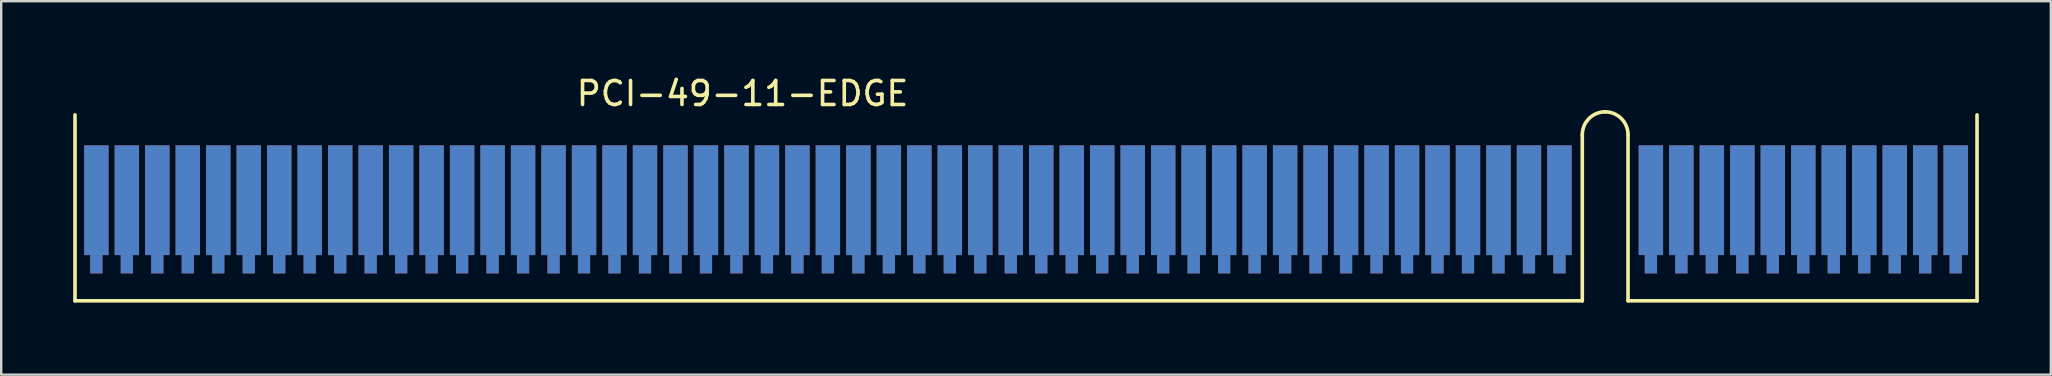
<source format=kicad_pcb>
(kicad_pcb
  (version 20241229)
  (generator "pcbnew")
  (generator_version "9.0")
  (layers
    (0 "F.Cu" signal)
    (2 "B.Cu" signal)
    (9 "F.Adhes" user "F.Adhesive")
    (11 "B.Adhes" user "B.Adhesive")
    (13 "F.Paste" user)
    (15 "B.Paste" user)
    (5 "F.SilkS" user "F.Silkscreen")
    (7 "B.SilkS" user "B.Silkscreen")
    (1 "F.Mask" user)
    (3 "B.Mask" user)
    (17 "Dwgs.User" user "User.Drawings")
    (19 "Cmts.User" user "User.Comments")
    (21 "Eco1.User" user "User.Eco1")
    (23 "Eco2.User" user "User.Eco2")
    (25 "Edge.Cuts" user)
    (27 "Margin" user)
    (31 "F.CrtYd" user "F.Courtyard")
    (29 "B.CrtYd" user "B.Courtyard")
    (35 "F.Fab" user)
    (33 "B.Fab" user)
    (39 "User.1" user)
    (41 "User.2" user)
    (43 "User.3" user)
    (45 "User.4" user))
  (footprint "PCI-49-11-EDGE"
    (layer "F.Cu")
    (at 63.829 5.547)
    (property "Reference" "PCI-49-11-EDGE" (at -35.941 -4.699 0) (layer "F.SilkS") (effects (font (size 1 1) (thickness 0.15))))
    (attr through_hole)
    (fp_line (start -63.754 3.937) (end -63.754 -3.81) (stroke (width 0.15) (type solid)) (layer "F.SilkS"))
    (fp_line (start -0.953 3.937) (end -63.754 3.937) (stroke (width 0.15) (type solid)) (layer "F.SilkS"))
    (fp_line (start -0.953 3.937) (end -0.953 -2.985) (stroke (width 0.15) (type solid)) (layer "F.SilkS"))
    (fp_line (start 0.953 -2.985) (end 0.953 3.937) (stroke (width 0.15) (type solid)) (layer "F.SilkS"))
    (fp_line (start 0.953 3.937) (end 15.494 3.937) (stroke (width 0.15) (type solid)) (layer "F.SilkS"))
    (fp_line (start 15.494 3.937) (end 15.494 -3.81) (stroke (width 0.15) (type solid)) (layer "F.SilkS"))
    (fp_arc (start -0.9525 -2.9845) (mid -0.673519 -3.658019) (end 0 -3.937) (stroke (width 0.15) (type solid)) (layer "F.SilkS"))
    (fp_arc (start 0 -3.937) (mid 0.673519 -3.658019) (end 0.9525 -2.9845) (stroke (width 0.15) (type solid)) (layer "F.SilkS"))
    (pad "A1" connect rect (at -62.865 -0.254) (size 1.016 4.572) (layers "B.Cu" "B.Mask"))
    (pad "A1" connect rect (at -62.865 2.413) (size 0.508 0.762) (layers "B.Cu" "B.Mask"))
    (pad "A2" connect rect (at -61.595 -0.254) (size 1.016 4.572) (layers "B.Cu" "B.Mask"))
    (pad "A2" connect rect (at -61.595 2.413) (size 0.508 0.762) (layers "B.Cu" "B.Mask"))
    (pad "A3" connect rect (at -60.325 -0.254) (size 1.016 4.572) (layers "B.Cu" "B.Mask"))
    (pad "A3" connect rect (at -60.325 2.413) (size 0.508 0.762) (layers "B.Cu" "B.Mask"))
    (pad "A4" connect rect (at -59.055 -0.254) (size 1.016 4.572) (layers "B.Cu" "B.Mask"))
    (pad "A4" connect rect (at -59.055 2.413) (size 0.508 0.762) (layers "B.Cu" "B.Mask"))
    (pad "A5" connect rect (at -57.785 -0.254) (size 1.016 4.572) (layers "B.Cu" "B.Mask"))
    (pad "A5" connect rect (at -57.785 2.413) (size 0.508 0.762) (layers "B.Cu" "B.Mask"))
    (pad "A6" connect rect (at -56.515 -0.254) (size 1.016 4.572) (layers "B.Cu" "B.Mask"))
    (pad "A6" connect rect (at -56.515 2.413) (size 0.508 0.762) (layers "B.Cu" "B.Mask"))
    (pad "A7" connect rect (at -55.245 -0.254) (size 1.016 4.572) (layers "B.Cu" "B.Mask"))
    (pad "A7" connect rect (at -55.245 2.413) (size 0.508 0.762) (layers "B.Cu" "B.Mask"))
    (pad "A8" connect rect (at -53.975 -0.254) (size 1.016 4.572) (layers "B.Cu" "B.Mask"))
    (pad "A8" connect rect (at -53.975 2.413) (size 0.508 0.762) (layers "B.Cu" "B.Mask"))
    (pad "A9" connect rect (at -52.705 -0.254) (size 1.016 4.572) (layers "B.Cu" "B.Mask"))
    (pad "A9" connect rect (at -52.705 2.413) (size 0.508 0.762) (layers "B.Cu" "B.Mask"))
    (pad "A10" connect rect (at -51.435 -0.254) (size 1.016 4.572) (layers "B.Cu" "B.Mask"))
    (pad "A10" connect rect (at -51.435 2.413) (size 0.508 0.762) (layers "B.Cu" "B.Mask"))
    (pad "A11" connect rect (at -50.165 -0.254) (size 1.016 4.572) (layers "B.Cu" "B.Mask"))
    (pad "A11" connect rect (at -50.165 2.413) (size 0.508 0.762) (layers "B.Cu" "B.Mask"))
    (pad "A12" connect rect (at -48.895 -0.254) (size 1.016 4.572) (layers "B.Cu" "B.Mask"))
    (pad "A12" connect rect (at -48.895 2.413) (size 0.508 0.762) (layers "B.Cu" "B.Mask"))
    (pad "A13" connect rect (at -47.625 -0.254) (size 1.016 4.572) (layers "B.Cu" "B.Mask"))
    (pad "A13" connect rect (at -47.625 2.413) (size 0.508 0.762) (layers "B.Cu" "B.Mask"))
    (pad "A14" connect rect (at -46.355 -0.254) (size 1.016 4.572) (layers "B.Cu" "B.Mask"))
    (pad "A14" connect rect (at -46.355 2.413) (size 0.508 0.762) (layers "B.Cu" "B.Mask"))
    (pad "A15" connect rect (at -45.085 -0.254) (size 1.016 4.572) (layers "B.Cu" "B.Mask"))
    (pad "A15" connect rect (at -45.085 2.413) (size 0.508 0.762) (layers "B.Cu" "B.Mask"))
    (pad "A16" connect rect (at -43.815 -0.254) (size 1.016 4.572) (layers "B.Cu" "B.Mask"))
    (pad "A16" connect rect (at -43.815 2.413) (size 0.508 0.762) (layers "B.Cu" "B.Mask"))
    (pad "A17" connect rect (at -42.545 -0.254) (size 1.016 4.572) (layers "B.Cu" "B.Mask"))
    (pad "A17" connect rect (at -42.545 2.413) (size 0.508 0.762) (layers "B.Cu" "B.Mask"))
    (pad "A18" connect rect (at -41.275 -0.254) (size 1.016 4.572) (layers "B.Cu" "B.Mask"))
    (pad "A18" connect rect (at -41.275 2.413) (size 0.508 0.762) (layers "B.Cu" "B.Mask"))
    (pad "A19" connect rect (at -40.005 -0.254) (size 1.016 4.572) (layers "B.Cu" "B.Mask"))
    (pad "A19" connect rect (at -40.005 2.413) (size 0.508 0.762) (layers "B.Cu" "B.Mask"))
    (pad "A20" connect rect (at -38.735 -0.254) (size 1.016 4.572) (layers "B.Cu" "B.Mask"))
    (pad "A20" connect rect (at -38.735 2.413) (size 0.508 0.762) (layers "B.Cu" "B.Mask"))
    (pad "A21" connect rect (at -37.465 -0.254) (size 1.016 4.572) (layers "B.Cu" "B.Mask"))
    (pad "A21" connect rect (at -37.465 2.413) (size 0.508 0.762) (layers "B.Cu" "B.Mask"))
    (pad "A22" connect rect (at -36.195 -0.254) (size 1.016 4.572) (layers "B.Cu" "B.Mask"))
    (pad "A22" connect rect (at -36.195 2.413) (size 0.508 0.762) (layers "B.Cu" "B.Mask"))
    (pad "A23" connect rect (at -34.925 -0.254) (size 1.016 4.572) (layers "B.Cu" "B.Mask"))
    (pad "A23" connect rect (at -34.925 2.413) (size 0.508 0.762) (layers "B.Cu" "B.Mask"))
    (pad "A24" connect rect (at -33.655 -0.254) (size 1.016 4.572) (layers "B.Cu" "B.Mask"))
    (pad "A24" connect rect (at -33.655 2.413) (size 0.508 0.762) (layers "B.Cu" "B.Mask"))
    (pad "A25" connect rect (at -32.385 -0.254) (size 1.016 4.572) (layers "B.Cu" "B.Mask"))
    (pad "A25" connect rect (at -32.385 2.413) (size 0.508 0.762) (layers "B.Cu" "B.Mask"))
    (pad "A26" connect rect (at -31.115 -0.254) (size 1.016 4.572) (layers "B.Cu" "B.Mask"))
    (pad "A26" connect rect (at -31.115 2.413) (size 0.508 0.762) (layers "B.Cu" "B.Mask"))
    (pad "A27" connect rect (at -29.845 -0.254) (size 1.016 4.572) (layers "B.Cu" "B.Mask"))
    (pad "A27" connect rect (at -29.845 2.413) (size 0.508 0.762) (layers "B.Cu" "B.Mask"))
    (pad "A28" connect rect (at -28.575 -0.254) (size 1.016 4.572) (layers "B.Cu" "B.Mask"))
    (pad "A28" connect rect (at -28.575 2.413) (size 0.508 0.762) (layers "B.Cu" "B.Mask"))
    (pad "A29" connect rect (at -27.305 -0.254) (size 1.016 4.572) (layers "B.Cu" "B.Mask"))
    (pad "A29" connect rect (at -27.305 2.413) (size 0.508 0.762) (layers "B.Cu" "B.Mask"))
    (pad "A30" connect rect (at -26.035 -0.254) (size 1.016 4.572) (layers "B.Cu" "B.Mask"))
    (pad "A30" connect rect (at -26.035 2.413) (size 0.508 0.762) (layers "B.Cu" "B.Mask"))
    (pad "A31" connect rect (at -24.765 -0.254) (size 1.016 4.572) (layers "B.Cu" "B.Mask"))
    (pad "A31" connect rect (at -24.765 2.413) (size 0.508 0.762) (layers "B.Cu" "B.Mask"))
    (pad "A32" connect rect (at -23.495 -0.254) (size 1.016 4.572) (layers "B.Cu" "B.Mask"))
    (pad "A32" connect rect (at -23.495 2.413) (size 0.508 0.762) (layers "B.Cu" "B.Mask"))
    (pad "A33" connect rect (at -22.225 -0.254) (size 1.016 4.572) (layers "B.Cu" "B.Mask"))
    (pad "A33" connect rect (at -22.225 2.413) (size 0.508 0.762) (layers "B.Cu" "B.Mask"))
    (pad "A34" connect rect (at -20.955 -0.254) (size 1.016 4.572) (layers "B.Cu" "B.Mask"))
    (pad "A34" connect rect (at -20.955 2.413) (size 0.508 0.762) (layers "B.Cu" "B.Mask"))
    (pad "A35" connect rect (at -19.685 -0.254) (size 1.016 4.572) (layers "B.Cu" "B.Mask"))
    (pad "A35" connect rect (at -19.685 2.413) (size 0.508 0.762) (layers "B.Cu" "B.Mask"))
    (pad "A36" connect rect (at -18.415 -0.254) (size 1.016 4.572) (layers "B.Cu" "B.Mask"))
    (pad "A36" connect rect (at -18.415 2.413) (size 0.508 0.762) (layers "B.Cu" "B.Mask"))
    (pad "A37" connect rect (at -17.145 -0.254) (size 1.016 4.572) (layers "B.Cu" "B.Mask"))
    (pad "A37" connect rect (at -17.145 2.413) (size 0.508 0.762) (layers "B.Cu" "B.Mask"))
    (pad "A38" connect rect (at -15.875 -0.254) (size 1.016 4.572) (layers "B.Cu" "B.Mask"))
    (pad "A38" connect rect (at -15.875 2.413) (size 0.508 0.762) (layers "B.Cu" "B.Mask"))
    (pad "A39" connect rect (at -14.605 -0.254) (size 1.016 4.572) (layers "B.Cu" "B.Mask"))
    (pad "A39" connect rect (at -14.605 2.413) (size 0.508 0.762) (layers "B.Cu" "B.Mask"))
    (pad "A40" connect rect (at -13.335 -0.254) (size 1.016 4.572) (layers "B.Cu" "B.Mask"))
    (pad "A40" connect rect (at -13.335 2.413) (size 0.508 0.762) (layers "B.Cu" "B.Mask"))
    (pad "A41" connect rect (at -12.065 -0.254) (size 1.016 4.572) (layers "B.Cu" "B.Mask"))
    (pad "A41" connect rect (at -12.065 2.413) (size 0.508 0.762) (layers "B.Cu" "B.Mask"))
    (pad "A42" connect rect (at -10.795 -0.254) (size 1.016 4.572) (layers "B.Cu" "B.Mask"))
    (pad "A42" connect rect (at -10.795 2.413) (size 0.508 0.762) (layers "B.Cu" "B.Mask"))
    (pad "A43" connect rect (at -9.525 -0.254) (size 1.016 4.572) (layers "B.Cu" "B.Mask"))
    (pad "A43" connect rect (at -9.525 2.413) (size 0.508 0.762) (layers "B.Cu" "B.Mask"))
    (pad "A44" connect rect (at -8.255 -0.254) (size 1.016 4.572) (layers "B.Cu" "B.Mask"))
    (pad "A44" connect rect (at -8.255 2.413) (size 0.508 0.762) (layers "B.Cu" "B.Mask"))
    (pad "A45" connect rect (at -6.985 -0.254) (size 1.016 4.572) (layers "B.Cu" "B.Mask"))
    (pad "A45" connect rect (at -6.985 2.413) (size 0.508 0.762) (layers "B.Cu" "B.Mask"))
    (pad "A46" connect rect (at -5.715 -0.254) (size 1.016 4.572) (layers "B.Cu" "B.Mask"))
    (pad "A46" connect rect (at -5.715 2.413) (size 0.508 0.762) (layers "B.Cu" "B.Mask"))
    (pad "A47" connect rect (at -4.445 -0.254) (size 1.016 4.572) (layers "B.Cu" "B.Mask"))
    (pad "A47" connect rect (at -4.445 2.413) (size 0.508 0.762) (layers "B.Cu" "B.Mask"))
    (pad "A48" connect rect (at -3.175 -0.254) (size 1.016 4.572) (layers "B.Cu" "B.Mask"))
    (pad "A48" connect rect (at -3.175 2.413) (size 0.508 0.762) (layers "B.Cu" "B.Mask"))
    (pad "A49" connect rect (at -1.905 -0.254) (size 1.016 4.572) (layers "B.Cu" "B.Mask"))
    (pad "A49" connect rect (at -1.905 2.413) (size 0.508 0.762) (layers "B.Cu" "B.Mask"))
    (pad "A50" connect rect (at 1.905 -0.254) (size 1.016 4.572) (layers "B.Cu" "B.Mask"))
    (pad "A50" connect rect (at 1.905 2.413) (size 0.508 0.762) (layers "B.Cu" "B.Mask"))
    (pad "A51" connect rect (at 3.175 -0.254) (size 1.016 4.572) (layers "B.Cu" "B.Mask"))
    (pad "A51" connect rect (at 3.175 2.413) (size 0.508 0.762) (layers "B.Cu" "B.Mask"))
    (pad "A52" connect rect (at 4.445 -0.254) (size 1.016 4.572) (layers "B.Cu" "B.Mask"))
    (pad "A52" connect rect (at 4.445 2.413) (size 0.508 0.762) (layers "B.Cu" "B.Mask"))
    (pad "A53" connect rect (at 5.715 -0.254) (size 1.016 4.572) (layers "B.Cu" "B.Mask"))
    (pad "A53" connect rect (at 5.715 2.413) (size 0.508 0.762) (layers "B.Cu" "B.Mask"))
    (pad "A54" connect rect (at 6.985 -0.254) (size 1.016 4.572) (layers "B.Cu" "B.Mask"))
    (pad "A54" connect rect (at 6.985 2.413) (size 0.508 0.762) (layers "B.Cu" "B.Mask"))
    (pad "A55" connect rect (at 8.255 -0.254) (size 1.016 4.572) (layers "B.Cu" "B.Mask"))
    (pad "A55" connect rect (at 8.255 2.413) (size 0.508 0.762) (layers "B.Cu" "B.Mask"))
    (pad "A56" connect rect (at 9.525 -0.254) (size 1.016 4.572) (layers "B.Cu" "B.Mask"))
    (pad "A56" connect rect (at 9.525 2.413) (size 0.508 0.762) (layers "B.Cu" "B.Mask"))
    (pad "A57" connect rect (at 10.795 -0.254) (size 1.016 4.572) (layers "B.Cu" "B.Mask"))
    (pad "A57" connect rect (at 10.795 2.413) (size 0.508 0.762) (layers "B.Cu" "B.Mask"))
    (pad "A58" connect rect (at 12.065 -0.254) (size 1.016 4.572) (layers "B.Cu" "B.Mask"))
    (pad "A58" connect rect (at 12.065 2.413) (size 0.508 0.762) (layers "B.Cu" "B.Mask"))
    (pad "A59" connect rect (at 13.335 -0.254) (size 1.016 4.572) (layers "B.Cu" "B.Mask"))
    (pad "A59" connect rect (at 13.335 2.413) (size 0.508 0.762) (layers "B.Cu" "B.Mask"))
    (pad "A60" connect rect (at 14.605 -0.254) (size 1.016 4.572) (layers "B.Cu" "B.Mask"))
    (pad "A60" connect rect (at 14.605 2.413) (size 0.508 0.762) (layers "B.Cu" "B.Mask"))
    (pad "B1" connect rect (at -62.865 -0.254) (size 1.016 4.572) (layers "F.Cu" "F.Mask"))
    (pad "B1" connect rect (at -62.865 2.413) (size 0.508 0.762) (layers "F.Cu" "F.Mask"))
    (pad "B2" connect rect (at -61.595 -0.254) (size 1.016 4.572) (layers "F.Cu" "F.Mask"))
    (pad "B2" connect rect (at -61.595 2.413) (size 0.508 0.762) (layers "F.Cu" "F.Mask"))
    (pad "B3" connect rect (at -60.325 -0.254) (size 1.016 4.572) (layers "F.Cu" "F.Mask"))
    (pad "B3" connect rect (at -60.325 2.413) (size 0.508 0.762) (layers "F.Cu" "F.Mask"))
    (pad "B4" connect rect (at -59.055 -0.254) (size 1.016 4.572) (layers "F.Cu" "F.Mask"))
    (pad "B4" connect rect (at -59.055 2.413) (size 0.508 0.762) (layers "F.Cu" "F.Mask"))
    (pad "B5" connect rect (at -57.785 -0.254) (size 1.016 4.572) (layers "F.Cu" "F.Mask"))
    (pad "B5" connect rect (at -57.785 2.413) (size 0.508 0.762) (layers "F.Cu" "F.Mask"))
    (pad "B6" connect rect (at -56.515 -0.254) (size 1.016 4.572) (layers "F.Cu" "F.Mask"))
    (pad "B6" connect rect (at -56.515 2.413) (size 0.508 0.762) (layers "F.Cu" "F.Mask"))
    (pad "B7" connect rect (at -55.245 -0.254) (size 1.016 4.572) (layers "F.Cu" "F.Mask"))
    (pad "B7" connect rect (at -55.245 2.413) (size 0.508 0.762) (layers "F.Cu" "F.Mask"))
    (pad "B8" connect rect (at -53.975 -0.254) (size 1.016 4.572) (layers "F.Cu" "F.Mask"))
    (pad "B8" connect rect (at -53.975 2.413) (size 0.508 0.762) (layers "F.Cu" "F.Mask"))
    (pad "B9" connect rect (at -52.705 -0.254) (size 1.016 4.572) (layers "F.Cu" "F.Mask"))
    (pad "B9" connect rect (at -52.705 2.413) (size 0.508 0.762) (layers "F.Cu" "F.Mask"))
    (pad "B10" connect rect (at -51.435 -0.254) (size 1.016 4.572) (layers "F.Cu" "F.Mask"))
    (pad "B10" connect rect (at -51.435 2.413) (size 0.508 0.762) (layers "F.Cu" "F.Mask"))
    (pad "B11" connect rect (at -50.165 -0.254) (size 1.016 4.572) (layers "F.Cu" "F.Mask"))
    (pad "B11" connect rect (at -50.165 2.413) (size 0.508 0.762) (layers "F.Cu" "F.Mask"))
    (pad "B12" connect rect (at -48.895 -0.254) (size 1.016 4.572) (layers "F.Cu" "F.Mask"))
    (pad "B12" connect rect (at -48.895 2.413) (size 0.508 0.762) (layers "F.Cu" "F.Mask"))
    (pad "B13" connect rect (at -47.625 -0.254) (size 1.016 4.572) (layers "F.Cu" "F.Mask"))
    (pad "B13" connect rect (at -47.625 2.413) (size 0.508 0.762) (layers "F.Cu" "F.Mask"))
    (pad "B14" connect rect (at -46.355 -0.254) (size 1.016 4.572) (layers "F.Cu" "F.Mask"))
    (pad "B14" connect rect (at -46.355 2.413) (size 0.508 0.762) (layers "F.Cu" "F.Mask"))
    (pad "B15" connect rect (at -45.085 -0.254) (size 1.016 4.572) (layers "F.Cu" "F.Mask"))
    (pad "B15" connect rect (at -45.085 2.413) (size 0.508 0.762) (layers "F.Cu" "F.Mask"))
    (pad "B16" connect rect (at -43.815 -0.254) (size 1.016 4.572) (layers "F.Cu" "F.Mask"))
    (pad "B16" connect rect (at -43.815 2.413) (size 0.508 0.762) (layers "F.Cu" "F.Mask"))
    (pad "B17" connect rect (at -42.545 -0.254) (size 1.016 4.572) (layers "F.Cu" "F.Mask"))
    (pad "B17" connect rect (at -42.545 2.413) (size 0.508 0.762) (layers "F.Cu" "F.Mask"))
    (pad "B18" connect rect (at -41.275 -0.254) (size 1.016 4.572) (layers "F.Cu" "F.Mask"))
    (pad "B18" connect rect (at -41.275 2.413) (size 0.508 0.762) (layers "F.Cu" "F.Mask"))
    (pad "B19" connect rect (at -40.005 -0.254) (size 1.016 4.572) (layers "F.Cu" "F.Mask"))
    (pad "B19" connect rect (at -40.005 2.413) (size 0.508 0.762) (layers "F.Cu" "F.Mask"))
    (pad "B20" connect rect (at -38.735 -0.254) (size 1.016 4.572) (layers "F.Cu" "F.Mask"))
    (pad "B20" connect rect (at -38.735 2.413) (size 0.508 0.762) (layers "F.Cu" "F.Mask"))
    (pad "B21" connect rect (at -37.465 -0.254) (size 1.016 4.572) (layers "F.Cu" "F.Mask"))
    (pad "B21" connect rect (at -37.465 2.413) (size 0.508 0.762) (layers "F.Cu" "F.Mask"))
    (pad "B22" connect rect (at -36.195 -0.254) (size 1.016 4.572) (layers "F.Cu" "F.Mask"))
    (pad "B22" connect rect (at -36.195 2.413) (size 0.508 0.762) (layers "F.Cu" "F.Mask"))
    (pad "B23" connect rect (at -34.925 -0.254) (size 1.016 4.572) (layers "F.Cu" "F.Mask"))
    (pad "B23" connect rect (at -34.925 2.413) (size 0.508 0.762) (layers "F.Cu" "F.Mask"))
    (pad "B24" connect rect (at -33.655 -0.254) (size 1.016 4.572) (layers "F.Cu" "F.Mask"))
    (pad "B24" connect rect (at -33.655 2.413) (size 0.508 0.762) (layers "F.Cu" "F.Mask"))
    (pad "B25" connect rect (at -32.385 -0.254) (size 1.016 4.572) (layers "F.Cu" "F.Mask"))
    (pad "B25" connect rect (at -32.385 2.413) (size 0.508 0.762) (layers "F.Cu" "F.Mask"))
    (pad "B26" connect rect (at -31.115 -0.254) (size 1.016 4.572) (layers "F.Cu" "F.Mask"))
    (pad "B26" connect rect (at -31.115 2.413) (size 0.508 0.762) (layers "F.Cu" "F.Mask"))
    (pad "B27" connect rect (at -29.845 -0.254) (size 1.016 4.572) (layers "F.Cu" "F.Mask"))
    (pad "B27" connect rect (at -29.845 2.413) (size 0.508 0.762) (layers "F.Cu" "F.Mask"))
    (pad "B28" connect rect (at -28.575 -0.254) (size 1.016 4.572) (layers "F.Cu" "F.Mask"))
    (pad "B28" connect rect (at -28.575 2.413) (size 0.508 0.762) (layers "F.Cu" "F.Mask"))
    (pad "B29" connect rect (at -27.305 -0.254) (size 1.016 4.572) (layers "F.Cu" "F.Mask"))
    (pad "B29" connect rect (at -27.305 2.413) (size 0.508 0.762) (layers "F.Cu" "F.Mask"))
    (pad "B30" connect rect (at -26.035 -0.254) (size 1.016 4.572) (layers "F.Cu" "F.Mask"))
    (pad "B30" connect rect (at -26.035 2.413) (size 0.508 0.762) (layers "F.Cu" "F.Mask"))
    (pad "B31" connect rect (at -24.765 -0.254) (size 1.016 4.572) (layers "F.Cu" "F.Mask"))
    (pad "B31" connect rect (at -24.765 2.413) (size 0.508 0.762) (layers "F.Cu" "F.Mask"))
    (pad "B32" connect rect (at -23.495 -0.254) (size 1.016 4.572) (layers "F.Cu" "F.Mask"))
    (pad "B32" connect rect (at -23.495 2.413) (size 0.508 0.762) (layers "F.Cu" "F.Mask"))
    (pad "B33" connect rect (at -22.225 -0.254) (size 1.016 4.572) (layers "F.Cu" "F.Mask"))
    (pad "B33" connect rect (at -22.225 2.413) (size 0.508 0.762) (layers "F.Cu" "F.Mask"))
    (pad "B34" connect rect (at -20.955 -0.254) (size 1.016 4.572) (layers "F.Cu" "F.Mask"))
    (pad "B34" connect rect (at -20.955 2.413) (size 0.508 0.762) (layers "F.Cu" "F.Mask"))
    (pad "B35" connect rect (at -19.685 -0.254) (size 1.016 4.572) (layers "F.Cu" "F.Mask"))
    (pad "B35" connect rect (at -19.685 2.413) (size 0.508 0.762) (layers "F.Cu" "F.Mask"))
    (pad "B36" connect rect (at -18.415 -0.254) (size 1.016 4.572) (layers "F.Cu" "F.Mask"))
    (pad "B36" connect rect (at -18.415 2.413) (size 0.508 0.762) (layers "F.Cu" "F.Mask"))
    (pad "B37" connect rect (at -17.145 -0.254) (size 1.016 4.572) (layers "F.Cu" "F.Mask"))
    (pad "B37" connect rect (at -17.145 2.413) (size 0.508 0.762) (layers "F.Cu" "F.Mask"))
    (pad "B38" connect rect (at -15.875 -0.254) (size 1.016 4.572) (layers "F.Cu" "F.Mask"))
    (pad "B38" connect rect (at -15.875 2.413) (size 0.508 0.762) (layers "F.Cu" "F.Mask"))
    (pad "B39" connect rect (at -14.605 -0.254) (size 1.016 4.572) (layers "F.Cu" "F.Mask"))
    (pad "B39" connect rect (at -14.605 2.413) (size 0.508 0.762) (layers "F.Cu" "F.Mask"))
    (pad "B40" connect rect (at -13.335 -0.254) (size 1.016 4.572) (layers "F.Cu" "F.Mask"))
    (pad "B40" connect rect (at -13.335 2.413) (size 0.508 0.762) (layers "F.Cu" "F.Mask"))
    (pad "B41" connect rect (at -12.065 -0.254) (size 1.016 4.572) (layers "F.Cu" "F.Mask"))
    (pad "B41" connect rect (at -12.065 2.413) (size 0.508 0.762) (layers "F.Cu" "F.Mask"))
    (pad "B42" connect rect (at -10.795 -0.254) (size 1.016 4.572) (layers "F.Cu" "F.Mask"))
    (pad "B42" connect rect (at -10.795 2.413) (size 0.508 0.762) (layers "F.Cu" "F.Mask"))
    (pad "B43" connect rect (at -9.525 -0.254) (size 1.016 4.572) (layers "F.Cu" "F.Mask"))
    (pad "B43" connect rect (at -9.525 2.413) (size 0.508 0.762) (layers "F.Cu" "F.Mask"))
    (pad "B44" connect rect (at -8.255 -0.254) (size 1.016 4.572) (layers "F.Cu" "F.Mask"))
    (pad "B44" connect rect (at -8.255 2.413) (size 0.508 0.762) (layers "F.Cu" "F.Mask"))
    (pad "B45" connect rect (at -6.985 -0.254) (size 1.016 4.572) (layers "F.Cu" "F.Mask"))
    (pad "B45" connect rect (at -6.985 2.413) (size 0.508 0.762) (layers "F.Cu" "F.Mask"))
    (pad "B46" connect rect (at -5.715 -0.254) (size 1.016 4.572) (layers "F.Cu" "F.Mask"))
    (pad "B46" connect rect (at -5.715 2.413) (size 0.508 0.762) (layers "F.Cu" "F.Mask"))
    (pad "B47" connect rect (at -4.445 -0.254) (size 1.016 4.572) (layers "F.Cu" "F.Mask"))
    (pad "B47" connect rect (at -4.445 2.413) (size 0.508 0.762) (layers "F.Cu" "F.Mask"))
    (pad "B48" connect rect (at -3.175 -0.254) (size 1.016 4.572) (layers "F.Cu" "F.Mask"))
    (pad "B48" connect rect (at -3.175 2.413) (size 0.508 0.762) (layers "F.Cu" "F.Mask"))
    (pad "B49" connect rect (at -1.905 -0.254) (size 1.016 4.572) (layers "F.Cu" "F.Mask"))
    (pad "B49" connect rect (at -1.905 2.413) (size 0.508 0.762) (layers "F.Cu" "F.Mask"))
    (pad "B50" connect rect (at 1.905 -0.254) (size 1.016 4.572) (layers "F.Cu" "F.Mask"))
    (pad "B50" connect rect (at 1.905 2.413) (size 0.508 0.762) (layers "F.Cu" "F.Mask"))
    (pad "B51" connect rect (at 3.175 -0.254) (size 1.016 4.572) (layers "F.Cu" "F.Mask"))
    (pad "B51" connect rect (at 3.175 2.413) (size 0.508 0.762) (layers "F.Cu" "F.Mask"))
    (pad "B52" connect rect (at 4.445 -0.254) (size 1.016 4.572) (layers "F.Cu" "F.Mask"))
    (pad "B52" connect rect (at 4.445 2.413) (size 0.508 0.762) (layers "F.Cu" "F.Mask"))
    (pad "B53" connect rect (at 5.715 -0.254) (size 1.016 4.572) (layers "F.Cu" "F.Mask"))
    (pad "B53" connect rect (at 5.715 2.413) (size 0.508 0.762) (layers "F.Cu" "F.Mask"))
    (pad "B54" connect rect (at 6.985 -0.254) (size 1.016 4.572) (layers "F.Cu" "F.Mask"))
    (pad "B54" connect rect (at 6.985 2.413) (size 0.508 0.762) (layers "F.Cu" "F.Mask"))
    (pad "B55" connect rect (at 8.255 -0.254) (size 1.016 4.572) (layers "F.Cu" "F.Mask"))
    (pad "B55" connect rect (at 8.255 2.413) (size 0.508 0.762) (layers "F.Cu" "F.Mask"))
    (pad "B56" connect rect (at 9.525 -0.254) (size 1.016 4.572) (layers "F.Cu" "F.Mask"))
    (pad "B56" connect rect (at 9.525 2.413) (size 0.508 0.762) (layers "F.Cu" "F.Mask"))
    (pad "B57" connect rect (at 10.795 -0.254) (size 1.016 4.572) (layers "F.Cu" "F.Mask"))
    (pad "B57" connect rect (at 10.795 2.413) (size 0.508 0.762) (layers "F.Cu" "F.Mask"))
    (pad "B58" connect rect (at 12.065 -0.254) (size 1.016 4.572) (layers "F.Cu" "F.Mask"))
    (pad "B58" connect rect (at 12.065 2.413) (size 0.508 0.762) (layers "F.Cu" "F.Mask"))
    (pad "B59" connect rect (at 13.335 -0.254) (size 1.016 4.572) (layers "F.Cu" "F.Mask"))
    (pad "B59" connect rect (at 13.335 2.413) (size 0.508 0.762) (layers "F.Cu" "F.Mask"))
    (pad "B60" connect rect (at 14.605 -0.254) (size 1.016 4.572) (layers "F.Cu" "F.Mask"))
    (pad "B60" connect rect (at 14.605 2.413) (size 0.508 0.762) (layers "F.Cu" "F.Mask")))
  (gr_rect
    (start -3 -3)
    (end 82.398 12.559)
    (stroke (width 0.1) (type default))
    (fill no)
    (layer "Edge.Cuts")))
</source>
